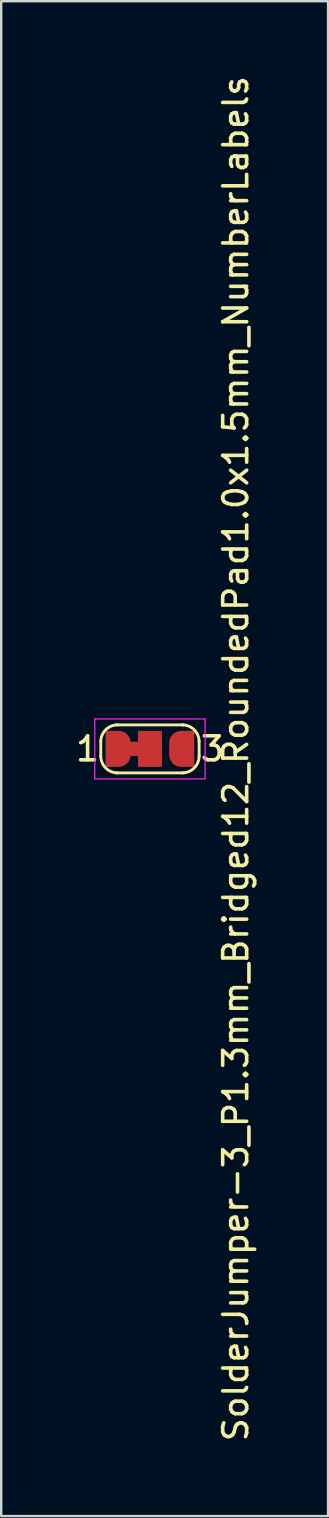
<source format=kicad_pcb>
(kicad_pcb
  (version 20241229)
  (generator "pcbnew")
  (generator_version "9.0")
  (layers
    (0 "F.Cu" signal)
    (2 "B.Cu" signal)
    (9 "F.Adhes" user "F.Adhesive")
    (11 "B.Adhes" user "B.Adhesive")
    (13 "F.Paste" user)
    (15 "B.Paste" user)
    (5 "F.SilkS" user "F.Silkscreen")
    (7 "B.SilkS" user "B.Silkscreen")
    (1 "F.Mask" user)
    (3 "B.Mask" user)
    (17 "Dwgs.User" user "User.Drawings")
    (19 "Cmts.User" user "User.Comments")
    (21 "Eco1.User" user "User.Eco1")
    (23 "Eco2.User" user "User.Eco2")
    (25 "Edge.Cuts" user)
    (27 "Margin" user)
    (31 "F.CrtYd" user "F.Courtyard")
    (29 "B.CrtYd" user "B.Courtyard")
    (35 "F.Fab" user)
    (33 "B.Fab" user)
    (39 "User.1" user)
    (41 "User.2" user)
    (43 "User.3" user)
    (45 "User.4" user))
  (footprint "SolderJumper-3_P1.3mm_Bridged12_RoundedPad1.0x1.5mm_NumberLabels"
    (layer "F.Cu")
    (at 3.201 28.171)
    (property "Reference" "SolderJumper-3_P1.3mm_Bridged12_RoundedPad1.0x1.5mm_NumberLabels" (at 3.577 0.406 90) (layer "F.SilkS") (effects (font (size 1 1) (thickness 0.15))))
    (attr exclude_from_pos_files)
    (fp_poly (pts (xy -0.9 -0.3) (xy -0.4 -0.3) (xy -0.4 0.3) (xy -0.9 0.3)) (stroke (width 0) (type solid)) (fill yes) (layer "F.Cu"))
    (fp_line (start -2.05 0.3) (end -2.05 -0.3) (stroke (width 0.12) (type solid)) (layer "F.SilkS"))
    (fp_line (start -1.4 -1) (end 1.4 -1) (stroke (width 0.12) (type solid)) (layer "F.SilkS"))
    (fp_line (start 1.4 1) (end -1.4 1) (stroke (width 0.12) (type solid)) (layer "F.SilkS"))
    (fp_line (start 2.05 -0.3) (end 2.05 0.3) (stroke (width 0.12) (type solid)) (layer "F.SilkS"))
    (fp_arc (start -2.05 -0.3) (mid -1.844975 -0.794975) (end -1.35 -1) (stroke (width 0.12) (type solid)) (layer "F.SilkS"))
    (fp_arc (start -1.35 1) (mid -1.844975 0.794975) (end -2.05 0.3) (stroke (width 0.12) (type solid)) (layer "F.SilkS"))
    (fp_arc (start 1.35 -1) (mid 1.844975 -0.794975) (end 2.05 -0.3) (stroke (width 0.12) (type solid)) (layer "F.SilkS"))
    (fp_arc (start 2.05 0.3) (mid 1.844975 0.794975) (end 1.35 1) (stroke (width 0.12) (type solid)) (layer "F.SilkS"))
    (fp_line (start -2.3 -1.25) (end -2.3 1.25) (stroke (width 0.05) (type solid)) (layer "F.CrtYd"))
    (fp_line (start -2.3 -1.25) (end 2.3 -1.25) (stroke (width 0.05) (type solid)) (layer "F.CrtYd"))
    (fp_line (start 2.3 1.25) (end -2.3 1.25) (stroke (width 0.05) (type solid)) (layer "F.CrtYd"))
    (fp_line (start 2.3 1.25) (end 2.3 -1.25) (stroke (width 0.05) (type solid)) (layer "F.CrtYd"))
    (fp_text user "1" (at -2.6 0 0) (layer "F.SilkS") (effects (font (size 1 1) (thickness 0.15))))
    (fp_text user "3" (at 2.6 0 0) (layer "F.SilkS") (effects (font (size 1 1) (thickness 0.15))))
    (pad "1" smd custom (at -1.3 0 180) (size 1 0.5) (layers "F.Cu" "F.Mask") (options (anchor rect)) (primitives (gr_poly (pts (xy 0.55 0.75) (xy 0 0.75) (xy 0 -0.75) (xy 0.55 -0.75)) (width 0) (fill yes)) (gr_circle (center 0 0.25) (end 0.5 0.25) (width 0) (fill yes)) (gr_circle (center 0 -0.25) (end 0.5 -0.25) (width 0) (fill yes))))
    (pad "2" smd rect (at 0 0 180) (size 1 1.5) (layers "F.Cu" "F.Mask"))
    (pad "3" smd custom (at 1.3 0 180) (size 1 0.5) (layers "F.Cu" "F.Mask") (options (anchor rect)) (primitives (gr_circle (center 0 0.25) (end 0.5 0.25) (width 0) (fill yes)) (gr_circle (center 0 -0.25) (end 0.5 -0.25) (width 0) (fill yes)) (gr_poly (pts (xy 0 0.75) (xy -0.55 0.75) (xy -0.55 -0.75) (xy 0 -0.75)) (width 0) (fill yes)))))
  (gr_rect
    (start -3 -3)
    (end 10.626 60.155)
    (stroke (width 0.1) (type default))
    (fill no)
    (layer "Edge.Cuts")))
</source>
